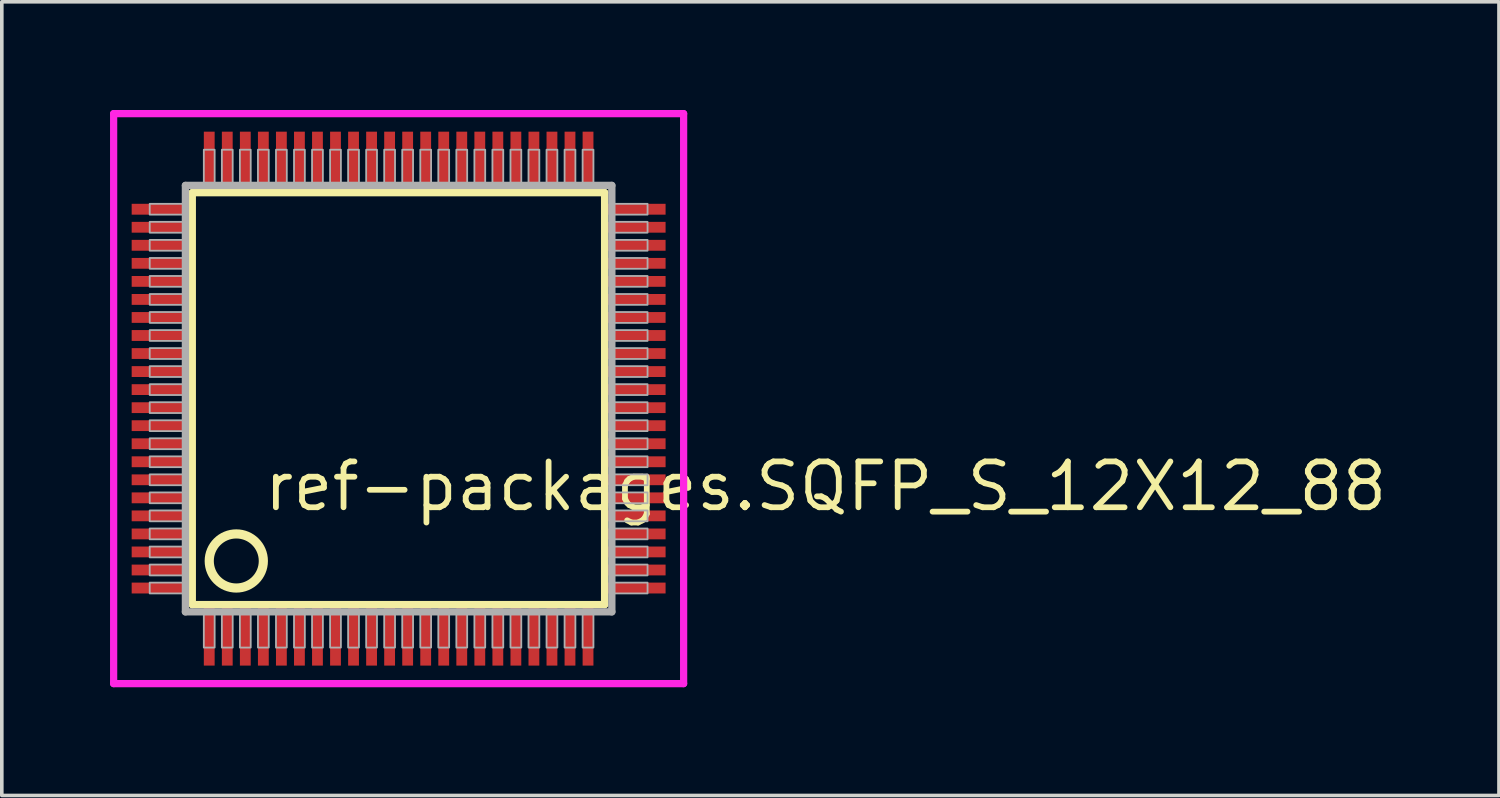
<source format=kicad_pcb>
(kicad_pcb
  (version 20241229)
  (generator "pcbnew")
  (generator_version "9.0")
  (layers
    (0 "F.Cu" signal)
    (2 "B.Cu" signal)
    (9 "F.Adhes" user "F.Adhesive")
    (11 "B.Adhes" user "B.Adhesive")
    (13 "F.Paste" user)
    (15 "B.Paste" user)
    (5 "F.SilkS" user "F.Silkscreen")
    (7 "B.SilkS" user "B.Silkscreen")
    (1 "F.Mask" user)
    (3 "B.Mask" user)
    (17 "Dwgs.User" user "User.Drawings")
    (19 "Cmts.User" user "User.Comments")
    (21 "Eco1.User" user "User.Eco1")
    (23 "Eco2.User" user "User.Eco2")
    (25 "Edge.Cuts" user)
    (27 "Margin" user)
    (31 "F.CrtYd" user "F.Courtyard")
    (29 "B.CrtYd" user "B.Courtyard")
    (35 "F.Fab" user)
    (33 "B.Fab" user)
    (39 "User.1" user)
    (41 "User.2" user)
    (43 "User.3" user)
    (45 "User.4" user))
  (footprint "ref-packages.SQFP_S_12X12_88"
    (layer "F.Cu")
    (at 8 8)
    (property "Reference" "ref-packages.SQFP_S_12X12_88" (at -3.81 3.175 0) (layer "F.SilkS") (effects (font (size 1.27 1.27) (thickness 0.16)) (justify left bottom)))
    (attr smd)
    (fp_line (start -5.72 -5.71) (end 5.71 -5.71) (stroke (width 0.203) (type default)) (layer "F.SilkS"))
    (fp_line (start -5.72 5.71) (end -5.72 -5.71) (stroke (width 0.203) (type default)) (layer "F.SilkS"))
    (fp_line (start 5.71 -5.71) (end 5.71 5.71) (stroke (width 0.203) (type default)) (layer "F.SilkS"))
    (fp_line (start 5.71 5.71) (end -5.72 5.71) (stroke (width 0.203) (type default)) (layer "F.SilkS"))
    (fp_circle (center -4.5 4.5) (end -3.75 4.5) (stroke (width 0.254) (type default)) (fill no) (layer "F.SilkS"))
    (fp_line (start -7.9 -7.9) (end 7.9 -7.9) (stroke (width 0.2) (type default)) (layer "F.CrtYd"))
    (fp_line (start -7.9 7.9) (end -7.9 -7.9) (stroke (width 0.2) (type default)) (layer "F.CrtYd"))
    (fp_line (start 7.9 -7.9) (end 7.9 7.9) (stroke (width 0.2) (type default)) (layer "F.CrtYd"))
    (fp_line (start 7.9 7.9) (end -7.9 7.9) (stroke (width 0.2) (type default)) (layer "F.CrtYd"))
    (fp_line (start -5.91 -5.91) (end -5.91 5.91) (stroke (width 0.203) (type default)) (layer "F.Fab"))
    (fp_line (start -5.91 5.91) (end 5.91 5.91) (stroke (width 0.203) (type default)) (layer "F.Fab"))
    (fp_line (start 5.91 -5.91) (end -5.91 -5.91) (stroke (width 0.203) (type default)) (layer "F.Fab"))
    (fp_line (start 5.91 5.91) (end 5.91 -5.91) (stroke (width 0.203) (type default)) (layer "F.Fab"))
    (fp_rect (start -6.9 -5.1) (end -5.95 -5.4) (stroke (width 0.05) (type default)) (fill no) (layer "F.Fab"))
    (fp_rect (start -6.9 -4.6) (end -5.95 -4.9) (stroke (width 0.05) (type default)) (fill no) (layer "F.Fab"))
    (fp_rect (start -6.9 -4.1) (end -5.95 -4.4) (stroke (width 0.05) (type default)) (fill no) (layer "F.Fab"))
    (fp_rect (start -6.9 -3.6) (end -5.95 -3.9) (stroke (width 0.05) (type default)) (fill no) (layer "F.Fab"))
    (fp_rect (start -6.9 -3.1) (end -5.95 -3.4) (stroke (width 0.05) (type default)) (fill no) (layer "F.Fab"))
    (fp_rect (start -6.9 -2.6) (end -5.95 -2.9) (stroke (width 0.05) (type default)) (fill no) (layer "F.Fab"))
    (fp_rect (start -6.9 -2.1) (end -5.95 -2.4) (stroke (width 0.05) (type default)) (fill no) (layer "F.Fab"))
    (fp_rect (start -6.9 -1.6) (end -5.95 -1.9) (stroke (width 0.05) (type default)) (fill no) (layer "F.Fab"))
    (fp_rect (start -6.9 -1.1) (end -5.95 -1.4) (stroke (width 0.05) (type default)) (fill no) (layer "F.Fab"))
    (fp_rect (start -6.9 -0.6) (end -5.95 -0.9) (stroke (width 0.05) (type default)) (fill no) (layer "F.Fab"))
    (fp_rect (start -6.9 -0.1) (end -5.95 -0.4) (stroke (width 0.05) (type default)) (fill no) (layer "F.Fab"))
    (fp_rect (start -6.9 0.4) (end -5.95 0.1) (stroke (width 0.05) (type default)) (fill no) (layer "F.Fab"))
    (fp_rect (start -6.9 0.9) (end -5.95 0.6) (stroke (width 0.05) (type default)) (fill no) (layer "F.Fab"))
    (fp_rect (start -6.9 1.4) (end -5.95 1.1) (stroke (width 0.05) (type default)) (fill no) (layer "F.Fab"))
    (fp_rect (start -6.9 1.9) (end -5.95 1.6) (stroke (width 0.05) (type default)) (fill no) (layer "F.Fab"))
    (fp_rect (start -6.9 2.4) (end -5.95 2.1) (stroke (width 0.05) (type default)) (fill no) (layer "F.Fab"))
    (fp_rect (start -6.9 2.9) (end -5.95 2.6) (stroke (width 0.05) (type default)) (fill no) (layer "F.Fab"))
    (fp_rect (start -6.9 3.4) (end -5.95 3.1) (stroke (width 0.05) (type default)) (fill no) (layer "F.Fab"))
    (fp_rect (start -6.9 3.9) (end -5.95 3.6) (stroke (width 0.05) (type default)) (fill no) (layer "F.Fab"))
    (fp_rect (start -6.9 4.4) (end -5.95 4.1) (stroke (width 0.05) (type default)) (fill no) (layer "F.Fab"))
    (fp_rect (start -6.9 4.9) (end -5.95 4.6) (stroke (width 0.05) (type default)) (fill no) (layer "F.Fab"))
    (fp_rect (start -6.9 5.4) (end -5.95 5.1) (stroke (width 0.05) (type default)) (fill no) (layer "F.Fab"))
    (fp_rect (start -5.4 -5.95) (end -5.1 -6.9) (stroke (width 0.05) (type default)) (fill no) (layer "F.Fab"))
    (fp_rect (start -5.4 6.9) (end -5.1 5.95) (stroke (width 0.05) (type default)) (fill no) (layer "F.Fab"))
    (fp_rect (start -4.9 -5.95) (end -4.6 -6.9) (stroke (width 0.05) (type default)) (fill no) (layer "F.Fab"))
    (fp_rect (start -4.9 6.9) (end -4.6 5.95) (stroke (width 0.05) (type default)) (fill no) (layer "F.Fab"))
    (fp_rect (start -4.4 -5.95) (end -4.1 -6.9) (stroke (width 0.05) (type default)) (fill no) (layer "F.Fab"))
    (fp_rect (start -4.4 6.9) (end -4.1 5.95) (stroke (width 0.05) (type default)) (fill no) (layer "F.Fab"))
    (fp_rect (start -3.9 -5.95) (end -3.6 -6.9) (stroke (width 0.05) (type default)) (fill no) (layer "F.Fab"))
    (fp_rect (start -3.9 6.9) (end -3.6 5.95) (stroke (width 0.05) (type default)) (fill no) (layer "F.Fab"))
    (fp_rect (start -3.4 -5.95) (end -3.1 -6.9) (stroke (width 0.05) (type default)) (fill no) (layer "F.Fab"))
    (fp_rect (start -3.4 6.9) (end -3.1 5.95) (stroke (width 0.05) (type default)) (fill no) (layer "F.Fab"))
    (fp_rect (start -2.9 -5.95) (end -2.6 -6.9) (stroke (width 0.05) (type default)) (fill no) (layer "F.Fab"))
    (fp_rect (start -2.9 6.9) (end -2.6 5.95) (stroke (width 0.05) (type default)) (fill no) (layer "F.Fab"))
    (fp_rect (start -2.4 -5.95) (end -2.1 -6.9) (stroke (width 0.05) (type default)) (fill no) (layer "F.Fab"))
    (fp_rect (start -2.4 6.9) (end -2.1 5.95) (stroke (width 0.05) (type default)) (fill no) (layer "F.Fab"))
    (fp_rect (start -1.9 -5.95) (end -1.6 -6.9) (stroke (width 0.05) (type default)) (fill no) (layer "F.Fab"))
    (fp_rect (start -1.9 6.9) (end -1.6 5.95) (stroke (width 0.05) (type default)) (fill no) (layer "F.Fab"))
    (fp_rect (start -1.4 -5.95) (end -1.1 -6.9) (stroke (width 0.05) (type default)) (fill no) (layer "F.Fab"))
    (fp_rect (start -1.4 6.9) (end -1.1 5.95) (stroke (width 0.05) (type default)) (fill no) (layer "F.Fab"))
    (fp_rect (start -0.9 -5.95) (end -0.6 -6.9) (stroke (width 0.05) (type default)) (fill no) (layer "F.Fab"))
    (fp_rect (start -0.9 6.9) (end -0.6 5.95) (stroke (width 0.05) (type default)) (fill no) (layer "F.Fab"))
    (fp_rect (start -0.4 -5.95) (end -0.1 -6.9) (stroke (width 0.05) (type default)) (fill no) (layer "F.Fab"))
    (fp_rect (start -0.4 6.9) (end -0.1 5.95) (stroke (width 0.05) (type default)) (fill no) (layer "F.Fab"))
    (fp_rect (start 0.1 -5.95) (end 0.4 -6.9) (stroke (width 0.05) (type default)) (fill no) (layer "F.Fab"))
    (fp_rect (start 0.1 6.9) (end 0.4 5.95) (stroke (width 0.05) (type default)) (fill no) (layer "F.Fab"))
    (fp_rect (start 0.6 -5.95) (end 0.9 -6.9) (stroke (width 0.05) (type default)) (fill no) (layer "F.Fab"))
    (fp_rect (start 0.6 6.9) (end 0.9 5.95) (stroke (width 0.05) (type default)) (fill no) (layer "F.Fab"))
    (fp_rect (start 1.1 -5.95) (end 1.4 -6.9) (stroke (width 0.05) (type default)) (fill no) (layer "F.Fab"))
    (fp_rect (start 1.1 6.9) (end 1.4 5.95) (stroke (width 0.05) (type default)) (fill no) (layer "F.Fab"))
    (fp_rect (start 1.6 -5.95) (end 1.9 -6.9) (stroke (width 0.05) (type default)) (fill no) (layer "F.Fab"))
    (fp_rect (start 1.6 6.9) (end 1.9 5.95) (stroke (width 0.05) (type default)) (fill no) (layer "F.Fab"))
    (fp_rect (start 2.1 -5.95) (end 2.4 -6.9) (stroke (width 0.05) (type default)) (fill no) (layer "F.Fab"))
    (fp_rect (start 2.1 6.9) (end 2.4 5.95) (stroke (width 0.05) (type default)) (fill no) (layer "F.Fab"))
    (fp_rect (start 2.6 -5.95) (end 2.9 -6.9) (stroke (width 0.05) (type default)) (fill no) (layer "F.Fab"))
    (fp_rect (start 2.6 6.9) (end 2.9 5.95) (stroke (width 0.05) (type default)) (fill no) (layer "F.Fab"))
    (fp_rect (start 3.1 -5.95) (end 3.4 -6.9) (stroke (width 0.05) (type default)) (fill no) (layer "F.Fab"))
    (fp_rect (start 3.1 6.9) (end 3.4 5.95) (stroke (width 0.05) (type default)) (fill no) (layer "F.Fab"))
    (fp_rect (start 3.6 -5.95) (end 3.9 -6.9) (stroke (width 0.05) (type default)) (fill no) (layer "F.Fab"))
    (fp_rect (start 3.6 6.9) (end 3.9 5.95) (stroke (width 0.05) (type default)) (fill no) (layer "F.Fab"))
    (fp_rect (start 4.1 -5.95) (end 4.4 -6.9) (stroke (width 0.05) (type default)) (fill no) (layer "F.Fab"))
    (fp_rect (start 4.1 6.9) (end 4.4 5.95) (stroke (width 0.05) (type default)) (fill no) (layer "F.Fab"))
    (fp_rect (start 4.6 -5.95) (end 4.9 -6.9) (stroke (width 0.05) (type default)) (fill no) (layer "F.Fab"))
    (fp_rect (start 4.6 6.9) (end 4.9 5.95) (stroke (width 0.05) (type default)) (fill no) (layer "F.Fab"))
    (fp_rect (start 5.1 -5.95) (end 5.4 -6.9) (stroke (width 0.05) (type default)) (fill no) (layer "F.Fab"))
    (fp_rect (start 5.1 6.9) (end 5.4 5.95) (stroke (width 0.05) (type default)) (fill no) (layer "F.Fab"))
    (fp_rect (start 5.95 -5.1) (end 6.9 -5.4) (stroke (width 0.05) (type default)) (fill no) (layer "F.Fab"))
    (fp_rect (start 5.95 -4.6) (end 6.9 -4.9) (stroke (width 0.05) (type default)) (fill no) (layer "F.Fab"))
    (fp_rect (start 5.95 -4.1) (end 6.9 -4.4) (stroke (width 0.05) (type default)) (fill no) (layer "F.Fab"))
    (fp_rect (start 5.95 -3.6) (end 6.9 -3.9) (stroke (width 0.05) (type default)) (fill no) (layer "F.Fab"))
    (fp_rect (start 5.95 -3.1) (end 6.9 -3.4) (stroke (width 0.05) (type default)) (fill no) (layer "F.Fab"))
    (fp_rect (start 5.95 -2.6) (end 6.9 -2.9) (stroke (width 0.05) (type default)) (fill no) (layer "F.Fab"))
    (fp_rect (start 5.95 -2.1) (end 6.9 -2.4) (stroke (width 0.05) (type default)) (fill no) (layer "F.Fab"))
    (fp_rect (start 5.95 -1.6) (end 6.9 -1.9) (stroke (width 0.05) (type default)) (fill no) (layer "F.Fab"))
    (fp_rect (start 5.95 -1.1) (end 6.9 -1.4) (stroke (width 0.05) (type default)) (fill no) (layer "F.Fab"))
    (fp_rect (start 5.95 -0.6) (end 6.9 -0.9) (stroke (width 0.05) (type default)) (fill no) (layer "F.Fab"))
    (fp_rect (start 5.95 -0.1) (end 6.9 -0.4) (stroke (width 0.05) (type default)) (fill no) (layer "F.Fab"))
    (fp_rect (start 5.95 0.4) (end 6.9 0.1) (stroke (width 0.05) (type default)) (fill no) (layer "F.Fab"))
    (fp_rect (start 5.95 0.9) (end 6.9 0.6) (stroke (width 0.05) (type default)) (fill no) (layer "F.Fab"))
    (fp_rect (start 5.95 1.4) (end 6.9 1.1) (stroke (width 0.05) (type default)) (fill no) (layer "F.Fab"))
    (fp_rect (start 5.95 1.9) (end 6.9 1.6) (stroke (width 0.05) (type default)) (fill no) (layer "F.Fab"))
    (fp_rect (start 5.95 2.4) (end 6.9 2.1) (stroke (width 0.05) (type default)) (fill no) (layer "F.Fab"))
    (fp_rect (start 5.95 2.9) (end 6.9 2.6) (stroke (width 0.05) (type default)) (fill no) (layer "F.Fab"))
    (fp_rect (start 5.95 3.4) (end 6.9 3.1) (stroke (width 0.05) (type default)) (fill no) (layer "F.Fab"))
    (fp_rect (start 5.95 3.9) (end 6.9 3.6) (stroke (width 0.05) (type default)) (fill no) (layer "F.Fab"))
    (fp_rect (start 5.95 4.4) (end 6.9 4.1) (stroke (width 0.05) (type default)) (fill no) (layer "F.Fab"))
    (fp_rect (start 5.95 4.9) (end 6.9 4.6) (stroke (width 0.05) (type default)) (fill no) (layer "F.Fab"))
    (fp_rect (start 5.95 5.4) (end 6.9 5.1) (stroke (width 0.05) (type default)) (fill no) (layer "F.Fab"))
    (pad "1" smd roundrect (at -5.25 6.6) (size 0.3 1.6) (layers "F.Cu" "F.Mask" "F.Paste") (roundrect_rratio 0.01))
    (pad "2" smd roundrect (at -4.75 6.6) (size 0.3 1.6) (layers "F.Cu" "F.Mask" "F.Paste") (roundrect_rratio 0.01))
    (pad "3" smd roundrect (at -4.25 6.6) (size 0.3 1.6) (layers "F.Cu" "F.Mask" "F.Paste") (roundrect_rratio 0.01))
    (pad "4" smd roundrect (at -3.75 6.6) (size 0.3 1.6) (layers "F.Cu" "F.Mask" "F.Paste") (roundrect_rratio 0.01))
    (pad "5" smd roundrect (at -3.25 6.6) (size 0.3 1.6) (layers "F.Cu" "F.Mask" "F.Paste") (roundrect_rratio 0.01))
    (pad "6" smd roundrect (at -2.75 6.6) (size 0.3 1.6) (layers "F.Cu" "F.Mask" "F.Paste") (roundrect_rratio 0.01))
    (pad "7" smd roundrect (at -2.25 6.6) (size 0.3 1.6) (layers "F.Cu" "F.Mask" "F.Paste") (roundrect_rratio 0.01))
    (pad "8" smd roundrect (at -1.75 6.6) (size 0.3 1.6) (layers "F.Cu" "F.Mask" "F.Paste") (roundrect_rratio 0.01))
    (pad "9" smd roundrect (at -1.25 6.6) (size 0.3 1.6) (layers "F.Cu" "F.Mask" "F.Paste") (roundrect_rratio 0.01))
    (pad "10" smd roundrect (at -0.75 6.6) (size 0.3 1.6) (layers "F.Cu" "F.Mask" "F.Paste") (roundrect_rratio 0.01))
    (pad "11" smd roundrect (at -0.25 6.6) (size 0.3 1.6) (layers "F.Cu" "F.Mask" "F.Paste") (roundrect_rratio 0.01))
    (pad "12" smd roundrect (at 0.25 6.6) (size 0.3 1.6) (layers "F.Cu" "F.Mask" "F.Paste") (roundrect_rratio 0.01))
    (pad "13" smd roundrect (at 0.75 6.6) (size 0.3 1.6) (layers "F.Cu" "F.Mask" "F.Paste") (roundrect_rratio 0.01))
    (pad "14" smd roundrect (at 1.25 6.6) (size 0.3 1.6) (layers "F.Cu" "F.Mask" "F.Paste") (roundrect_rratio 0.01))
    (pad "15" smd roundrect (at 1.75 6.6) (size 0.3 1.6) (layers "F.Cu" "F.Mask" "F.Paste") (roundrect_rratio 0.01))
    (pad "16" smd roundrect (at 2.25 6.6) (size 0.3 1.6) (layers "F.Cu" "F.Mask" "F.Paste") (roundrect_rratio 0.01))
    (pad "17" smd roundrect (at 2.75 6.6) (size 0.3 1.6) (layers "F.Cu" "F.Mask" "F.Paste") (roundrect_rratio 0.01))
    (pad "18" smd roundrect (at 3.25 6.6) (size 0.3 1.6) (layers "F.Cu" "F.Mask" "F.Paste") (roundrect_rratio 0.01))
    (pad "19" smd roundrect (at 3.75 6.6) (size 0.3 1.6) (layers "F.Cu" "F.Mask" "F.Paste") (roundrect_rratio 0.01))
    (pad "20" smd roundrect (at 4.25 6.6) (size 0.3 1.6) (layers "F.Cu" "F.Mask" "F.Paste") (roundrect_rratio 0.01))
    (pad "21" smd roundrect (at 4.75 6.6) (size 0.3 1.6) (layers "F.Cu" "F.Mask" "F.Paste") (roundrect_rratio 0.01))
    (pad "22" smd roundrect (at 5.25 6.6) (size 0.3 1.6) (layers "F.Cu" "F.Mask" "F.Paste") (roundrect_rratio 0.01))
    (pad "23" smd roundrect (at 6.6 5.25) (size 1.6 0.3) (layers "F.Cu" "F.Mask" "F.Paste") (roundrect_rratio 0.01))
    (pad "24" smd roundrect (at 6.6 4.75) (size 1.6 0.3) (layers "F.Cu" "F.Mask" "F.Paste") (roundrect_rratio 0.01))
    (pad "25" smd roundrect (at 6.6 4.25) (size 1.6 0.3) (layers "F.Cu" "F.Mask" "F.Paste") (roundrect_rratio 0.01))
    (pad "26" smd roundrect (at 6.6 3.75) (size 1.6 0.3) (layers "F.Cu" "F.Mask" "F.Paste") (roundrect_rratio 0.01))
    (pad "27" smd roundrect (at 6.6 3.25) (size 1.6 0.3) (layers "F.Cu" "F.Mask" "F.Paste") (roundrect_rratio 0.01))
    (pad "28" smd roundrect (at 6.6 2.75) (size 1.6 0.3) (layers "F.Cu" "F.Mask" "F.Paste") (roundrect_rratio 0.01))
    (pad "29" smd roundrect (at 6.6 2.25) (size 1.6 0.3) (layers "F.Cu" "F.Mask" "F.Paste") (roundrect_rratio 0.01))
    (pad "30" smd roundrect (at 6.6 1.75) (size 1.6 0.3) (layers "F.Cu" "F.Mask" "F.Paste") (roundrect_rratio 0.01))
    (pad "31" smd roundrect (at 6.6 1.25) (size 1.6 0.3) (layers "F.Cu" "F.Mask" "F.Paste") (roundrect_rratio 0.01))
    (pad "32" smd roundrect (at 6.6 0.75) (size 1.6 0.3) (layers "F.Cu" "F.Mask" "F.Paste") (roundrect_rratio 0.01))
    (pad "33" smd roundrect (at 6.6 0.25) (size 1.6 0.3) (layers "F.Cu" "F.Mask" "F.Paste") (roundrect_rratio 0.01))
    (pad "34" smd roundrect (at 6.6 -0.25) (size 1.6 0.3) (layers "F.Cu" "F.Mask" "F.Paste") (roundrect_rratio 0.01))
    (pad "35" smd roundrect (at 6.6 -0.75) (size 1.6 0.3) (layers "F.Cu" "F.Mask" "F.Paste") (roundrect_rratio 0.01))
    (pad "36" smd roundrect (at 6.6 -1.25) (size 1.6 0.3) (layers "F.Cu" "F.Mask" "F.Paste") (roundrect_rratio 0.01))
    (pad "37" smd roundrect (at 6.6 -1.75) (size 1.6 0.3) (layers "F.Cu" "F.Mask" "F.Paste") (roundrect_rratio 0.01))
    (pad "38" smd roundrect (at 6.6 -2.25) (size 1.6 0.3) (layers "F.Cu" "F.Mask" "F.Paste") (roundrect_rratio 0.01))
    (pad "39" smd roundrect (at 6.6 -2.75) (size 1.6 0.3) (layers "F.Cu" "F.Mask" "F.Paste") (roundrect_rratio 0.01))
    (pad "40" smd roundrect (at 6.6 -3.25) (size 1.6 0.3) (layers "F.Cu" "F.Mask" "F.Paste") (roundrect_rratio 0.01))
    (pad "41" smd roundrect (at 6.6 -3.75) (size 1.6 0.3) (layers "F.Cu" "F.Mask" "F.Paste") (roundrect_rratio 0.01))
    (pad "42" smd roundrect (at 6.6 -4.25) (size 1.6 0.3) (layers "F.Cu" "F.Mask" "F.Paste") (roundrect_rratio 0.01))
    (pad "43" smd roundrect (at 6.6 -4.75) (size 1.6 0.3) (layers "F.Cu" "F.Mask" "F.Paste") (roundrect_rratio 0.01))
    (pad "44" smd roundrect (at 6.6 -5.25) (size 1.6 0.3) (layers "F.Cu" "F.Mask" "F.Paste") (roundrect_rratio 0.01))
    (pad "45" smd roundrect (at 5.25 -6.6) (size 0.3 1.6) (layers "F.Cu" "F.Mask" "F.Paste") (roundrect_rratio 0.01))
    (pad "46" smd roundrect (at 4.75 -6.6) (size 0.3 1.6) (layers "F.Cu" "F.Mask" "F.Paste") (roundrect_rratio 0.01))
    (pad "47" smd roundrect (at 4.25 -6.6) (size 0.3 1.6) (layers "F.Cu" "F.Mask" "F.Paste") (roundrect_rratio 0.01))
    (pad "48" smd roundrect (at 3.75 -6.6) (size 0.3 1.6) (layers "F.Cu" "F.Mask" "F.Paste") (roundrect_rratio 0.01))
    (pad "49" smd roundrect (at 3.25 -6.6) (size 0.3 1.6) (layers "F.Cu" "F.Mask" "F.Paste") (roundrect_rratio 0.01))
    (pad "50" smd roundrect (at 2.75 -6.6) (size 0.3 1.6) (layers "F.Cu" "F.Mask" "F.Paste") (roundrect_rratio 0.01))
    (pad "51" smd roundrect (at 2.25 -6.6) (size 0.3 1.6) (layers "F.Cu" "F.Mask" "F.Paste") (roundrect_rratio 0.01))
    (pad "52" smd roundrect (at 1.75 -6.6) (size 0.3 1.6) (layers "F.Cu" "F.Mask" "F.Paste") (roundrect_rratio 0.01))
    (pad "53" smd roundrect (at 1.25 -6.6) (size 0.3 1.6) (layers "F.Cu" "F.Mask" "F.Paste") (roundrect_rratio 0.01))
    (pad "54" smd roundrect (at 0.75 -6.6) (size 0.3 1.6) (layers "F.Cu" "F.Mask" "F.Paste") (roundrect_rratio 0.01))
    (pad "55" smd roundrect (at 0.25 -6.6) (size 0.3 1.6) (layers "F.Cu" "F.Mask" "F.Paste") (roundrect_rratio 0.01))
    (pad "56" smd roundrect (at -0.25 -6.6) (size 0.3 1.6) (layers "F.Cu" "F.Mask" "F.Paste") (roundrect_rratio 0.01))
    (pad "57" smd roundrect (at -0.75 -6.6) (size 0.3 1.6) (layers "F.Cu" "F.Mask" "F.Paste") (roundrect_rratio 0.01))
    (pad "58" smd roundrect (at -1.25 -6.6) (size 0.3 1.6) (layers "F.Cu" "F.Mask" "F.Paste") (roundrect_rratio 0.01))
    (pad "59" smd roundrect (at -1.75 -6.6) (size 0.3 1.6) (layers "F.Cu" "F.Mask" "F.Paste") (roundrect_rratio 0.01))
    (pad "60" smd roundrect (at -2.25 -6.6) (size 0.3 1.6) (layers "F.Cu" "F.Mask" "F.Paste") (roundrect_rratio 0.01))
    (pad "61" smd roundrect (at -2.75 -6.6) (size 0.3 1.6) (layers "F.Cu" "F.Mask" "F.Paste") (roundrect_rratio 0.01))
    (pad "62" smd roundrect (at -3.25 -6.6) (size 0.3 1.6) (layers "F.Cu" "F.Mask" "F.Paste") (roundrect_rratio 0.01))
    (pad "63" smd roundrect (at -3.75 -6.6) (size 0.3 1.6) (layers "F.Cu" "F.Mask" "F.Paste") (roundrect_rratio 0.01))
    (pad "64" smd roundrect (at -4.25 -6.6) (size 0.3 1.6) (layers "F.Cu" "F.Mask" "F.Paste") (roundrect_rratio 0.01))
    (pad "65" smd roundrect (at -4.75 -6.6) (size 0.3 1.6) (layers "F.Cu" "F.Mask" "F.Paste") (roundrect_rratio 0.01))
    (pad "66" smd roundrect (at -5.25 -6.6) (size 0.3 1.6) (layers "F.Cu" "F.Mask" "F.Paste") (roundrect_rratio 0.01))
    (pad "67" smd roundrect (at -6.6 -5.25) (size 1.6 0.3) (layers "F.Cu" "F.Mask" "F.Paste") (roundrect_rratio 0.01))
    (pad "68" smd roundrect (at -6.6 -4.75) (size 1.6 0.3) (layers "F.Cu" "F.Mask" "F.Paste") (roundrect_rratio 0.01))
    (pad "69" smd roundrect (at -6.6 -4.25) (size 1.6 0.3) (layers "F.Cu" "F.Mask" "F.Paste") (roundrect_rratio 0.01))
    (pad "70" smd roundrect (at -6.6 -3.75) (size 1.6 0.3) (layers "F.Cu" "F.Mask" "F.Paste") (roundrect_rratio 0.01))
    (pad "71" smd roundrect (at -6.6 -3.25) (size 1.6 0.3) (layers "F.Cu" "F.Mask" "F.Paste") (roundrect_rratio 0.01))
    (pad "72" smd roundrect (at -6.6 -2.75) (size 1.6 0.3) (layers "F.Cu" "F.Mask" "F.Paste") (roundrect_rratio 0.01))
    (pad "73" smd roundrect (at -6.6 -2.25) (size 1.6 0.3) (layers "F.Cu" "F.Mask" "F.Paste") (roundrect_rratio 0.01))
    (pad "74" smd roundrect (at -6.6 -1.75) (size 1.6 0.3) (layers "F.Cu" "F.Mask" "F.Paste") (roundrect_rratio 0.01))
    (pad "75" smd roundrect (at -6.6 -1.25) (size 1.6 0.3) (layers "F.Cu" "F.Mask" "F.Paste") (roundrect_rratio 0.01))
    (pad "76" smd roundrect (at -6.6 -0.75) (size 1.6 0.3) (layers "F.Cu" "F.Mask" "F.Paste") (roundrect_rratio 0.01))
    (pad "77" smd roundrect (at -6.6 -0.25) (size 1.6 0.3) (layers "F.Cu" "F.Mask" "F.Paste") (roundrect_rratio 0.01))
    (pad "78" smd roundrect (at -6.6 0.25) (size 1.6 0.3) (layers "F.Cu" "F.Mask" "F.Paste") (roundrect_rratio 0.01))
    (pad "79" smd roundrect (at -6.6 0.75) (size 1.6 0.3) (layers "F.Cu" "F.Mask" "F.Paste") (roundrect_rratio 0.01))
    (pad "80" smd roundrect (at -6.6 1.25) (size 1.6 0.3) (layers "F.Cu" "F.Mask" "F.Paste") (roundrect_rratio 0.01))
    (pad "81" smd roundrect (at -6.6 1.75) (size 1.6 0.3) (layers "F.Cu" "F.Mask" "F.Paste") (roundrect_rratio 0.01))
    (pad "82" smd roundrect (at -6.6 2.25) (size 1.6 0.3) (layers "F.Cu" "F.Mask" "F.Paste") (roundrect_rratio 0.01))
    (pad "83" smd roundrect (at -6.6 2.75) (size 1.6 0.3) (layers "F.Cu" "F.Mask" "F.Paste") (roundrect_rratio 0.01))
    (pad "84" smd roundrect (at -6.6 3.25) (size 1.6 0.3) (layers "F.Cu" "F.Mask" "F.Paste") (roundrect_rratio 0.01))
    (pad "85" smd roundrect (at -6.6 3.75) (size 1.6 0.3) (layers "F.Cu" "F.Mask" "F.Paste") (roundrect_rratio 0.01))
    (pad "86" smd roundrect (at -6.6 4.25) (size 1.6 0.3) (layers "F.Cu" "F.Mask" "F.Paste") (roundrect_rratio 0.01))
    (pad "87" smd roundrect (at -6.6 4.75) (size 1.6 0.3) (layers "F.Cu" "F.Mask" "F.Paste") (roundrect_rratio 0.01))
    (pad "88" smd roundrect (at -6.6 5.25) (size 1.6 0.3) (layers "F.Cu" "F.Mask" "F.Paste") (roundrect_rratio 0.01)))
  (gr_rect
    (start -3 -3)
    (end 38.501 19)
    (stroke (width 0.1) (type default))
    (fill no)
    (layer "Edge.Cuts")))
</source>
